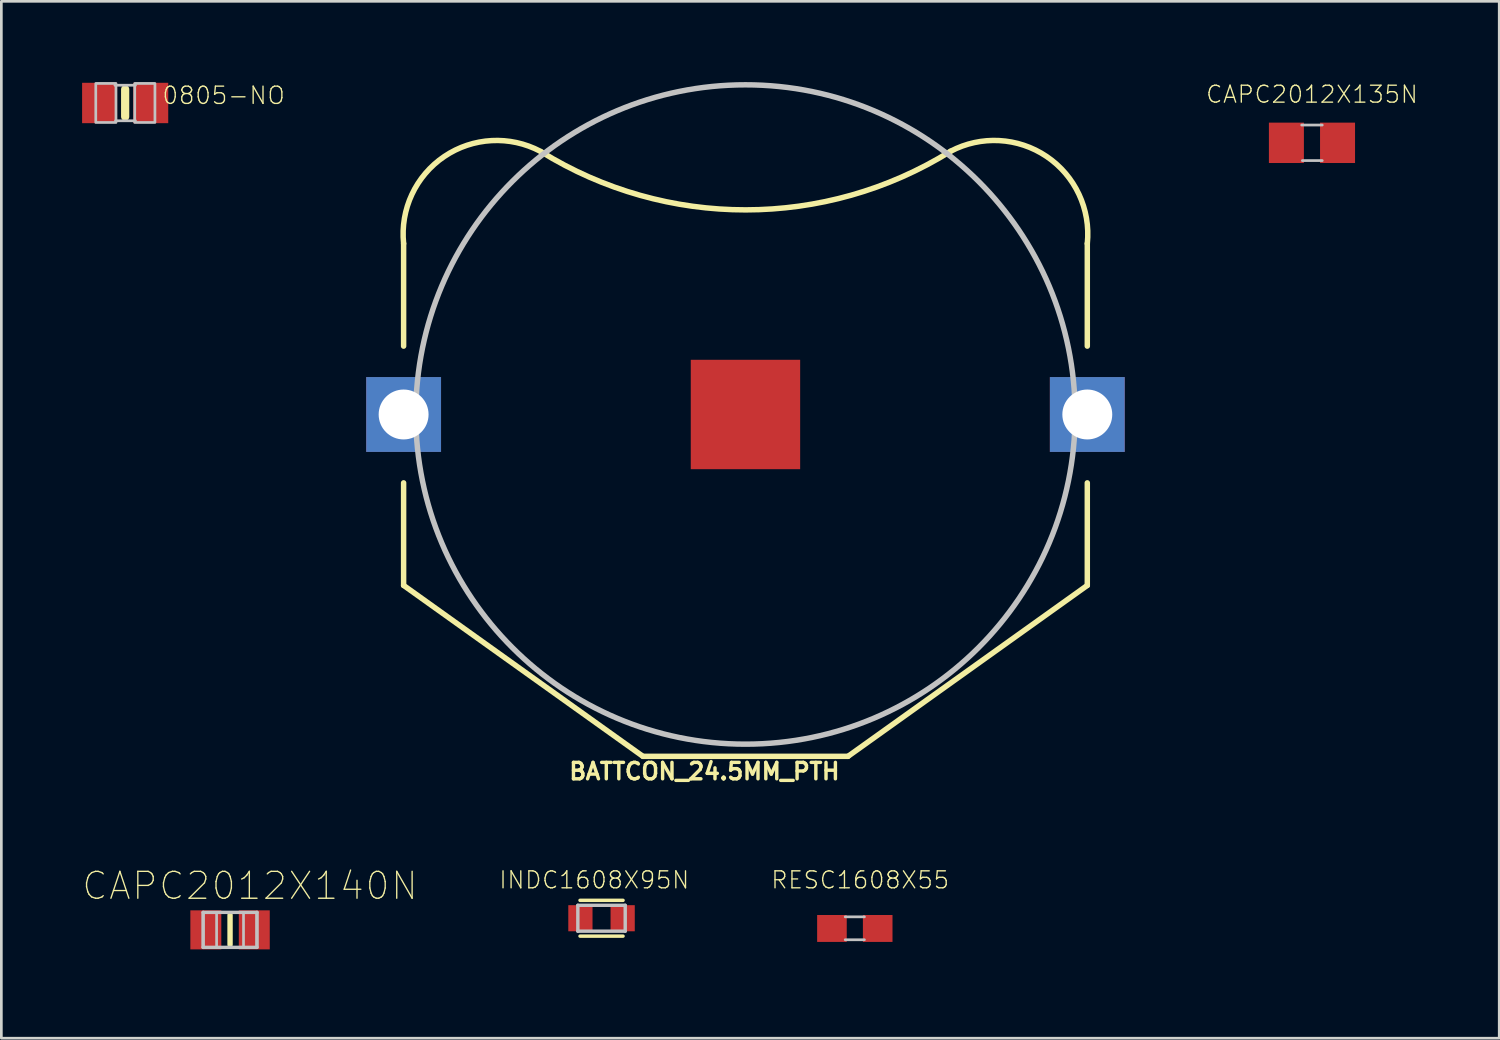
<source format=kicad_pcb>
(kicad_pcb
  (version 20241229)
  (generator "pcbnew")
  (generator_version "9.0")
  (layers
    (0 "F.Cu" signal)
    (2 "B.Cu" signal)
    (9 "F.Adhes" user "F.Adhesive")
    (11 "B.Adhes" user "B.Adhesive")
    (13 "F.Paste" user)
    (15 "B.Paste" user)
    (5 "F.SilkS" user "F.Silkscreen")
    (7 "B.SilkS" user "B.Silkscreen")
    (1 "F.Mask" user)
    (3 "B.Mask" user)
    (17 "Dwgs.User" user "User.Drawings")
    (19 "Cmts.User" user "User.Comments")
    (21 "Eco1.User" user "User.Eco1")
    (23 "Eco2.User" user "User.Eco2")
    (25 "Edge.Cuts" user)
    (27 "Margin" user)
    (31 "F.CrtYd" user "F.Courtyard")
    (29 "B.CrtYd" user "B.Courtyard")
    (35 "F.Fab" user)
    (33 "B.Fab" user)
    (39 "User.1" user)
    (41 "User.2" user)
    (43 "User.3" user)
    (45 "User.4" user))
  (footprint "RESC1608X55"
    (layer "F.Cu")
    (at 28.708 31.444)
    (property "Reference" "RESC1608X55" (at 0.2 -1.8 0) (layer "F.SilkS") (effects (font (size 0.63 0.63) (thickness 0.05))))
    (attr smd)
    (fp_line (start -0.356 -0.432) (end 0.356 -0.432) (stroke (width 0.102) (type solid)) (layer "Dwgs.User"))
    (fp_line (start -0.356 0.419) (end 0.356 0.419) (stroke (width 0.102) (type solid)) (layer "Dwgs.User"))
    (fp_line (start -1.573 -0.683) (end 1.573 -0.683) (stroke (width 0.051) (type solid)) (layer "Eco1.User"))
    (fp_line (start -1.573 0.683) (end -1.573 -0.683) (stroke (width 0.051) (type solid)) (layer "Eco1.User"))
    (fp_line (start 1.573 -0.683) (end 1.573 0.683) (stroke (width 0.051) (type solid)) (layer "Eco1.User"))
    (fp_line (start 1.573 0.683) (end -1.573 0.683) (stroke (width 0.051) (type solid)) (layer "Eco1.User"))
    (pad "1" smd rect (at -0.85 0) (size 1.1 1) (layers "F.Cu" "F.Mask" "F.Paste"))
    (pad "2" smd rect (at 0.85 0) (size 1.1 1) (layers "F.Cu" "F.Mask" "F.Paste")))
  (footprint "CAPC2012X140N"
    (layer "F.Cu")
    (at 5.497 31.496)
    (property "Reference" "CAPC2012X140N" (at 0.74 -1.635 0) (layer "F.SilkS") (effects (font (size 1 1) (thickness 0.05))))
    (attr smd)
    (fp_line (start 0 -0.55) (end 0 0.55) (stroke (width 0.2) (type solid)) (layer "F.SilkS"))
    (fp_line (start -1 -0.65) (end 1 -0.65) (stroke (width 0.127) (type solid)) (layer "Dwgs.User"))
    (fp_line (start -1 0.65) (end -1 -0.65) (stroke (width 0.127) (type solid)) (layer "Dwgs.User"))
    (fp_line (start 1 -0.65) (end 1 0.65) (stroke (width 0.127) (type solid)) (layer "Dwgs.User"))
    (fp_line (start 1 0.65) (end -1 0.65) (stroke (width 0.127) (type solid)) (layer "Dwgs.User"))
    (fp_poly (pts (xy -1 -0.65) (xy -0.5 -0.65) (xy -0.5 0.65) (xy -1 0.65)) (stroke (width 0.1) (type solid)) (fill no) (layer "Dwgs.User"))
    (fp_poly (pts (xy 0.5 -0.65) (xy 1 -0.65) (xy 1 0.65) (xy 0.5 0.65)) (stroke (width 0.1) (type solid)) (fill no) (layer "Dwgs.User"))
    (fp_line (start -1.75 -1) (end 1.75 -1) (stroke (width 0.05) (type solid)) (layer "Eco1.User"))
    (fp_line (start -1.75 1) (end -1.75 -1) (stroke (width 0.05) (type solid)) (layer "Eco1.User"))
    (fp_line (start 1.75 -1) (end 1.75 1) (stroke (width 0.05) (type solid)) (layer "Eco1.User"))
    (fp_line (start 1.75 1) (end -1.75 1) (stroke (width 0.05) (type solid)) (layer "Eco1.User"))
    (pad "1" smd rect (at -0.9 0) (size 1.15 1.45) (layers "F.Cu" "F.Mask" "F.Paste"))
    (pad "2" smd rect (at 0.9 0) (size 1.15 1.45) (layers "F.Cu" "F.Mask" "F.Paste")))
  (footprint "0805-NO"
    (layer "F.Cu")
    (at 1.6 0.776)
    (property "Reference" "0805-NO" (at 3.658 -0.279 0) (layer "F.SilkS") (effects (font (size 0.64 0.64) (thickness 0.05))))
    (attr smd)
    (fp_line (start 0 -0.508) (end 0 0.508) (stroke (width 0.305) (type solid)) (layer "F.SilkS"))
    (fp_line (start -0.381 -0.66) (end 0.381 -0.66) (stroke (width 0.102) (type solid)) (layer "Dwgs.User"))
    (fp_line (start -0.356 0.66) (end 0.381 0.66) (stroke (width 0.102) (type solid)) (layer "Dwgs.User"))
    (fp_poly (pts (xy -1.092 -0.726) (xy -0.342 -0.726) (xy -0.342 0.724) (xy -1.092 0.724)) (stroke (width 0.1) (type solid)) (fill no) (layer "Dwgs.User"))
    (fp_poly (pts (xy 0.356 -0.726) (xy 1.106 -0.726) (xy 1.106 0.724) (xy 0.356 0.724)) (stroke (width 0.1) (type solid)) (fill no) (layer "Dwgs.User"))
    (pad "1" smd rect (at -0.95 0) (size 1.3 1.5) (layers "F.Cu" "F.Mask" "F.Paste"))
    (pad "2" smd rect (at 0.95 0) (size 1.3 1.5) (layers "F.Cu" "F.Mask" "F.Paste")))
  (footprint "INDC1608X95N"
    (layer "F.Cu")
    (at 19.298 31.064)
    (property "Reference" "INDC1608X95N" (at -0.27 -1.42 0) (layer "F.SilkS") (effects (font (size 0.63 0.63) (thickness 0.05))))
    (attr smd)
    (fp_line (start -0.8 -0.665) (end 0.8 -0.665) (stroke (width 0.127) (type solid)) (layer "F.SilkS"))
    (fp_line (start -0.8 0.665) (end 0.8 0.665) (stroke (width 0.127) (type solid)) (layer "F.SilkS"))
    (fp_line (start -0.88 -0.48) (end 0.88 -0.48) (stroke (width 0.127) (type solid)) (layer "Dwgs.User"))
    (fp_line (start -0.88 0.48) (end -0.88 -0.48) (stroke (width 0.127) (type solid)) (layer "Dwgs.User"))
    (fp_line (start 0.88 -0.48) (end 0.88 0.48) (stroke (width 0.127) (type solid)) (layer "Dwgs.User"))
    (fp_line (start 0.88 0.48) (end -0.88 0.48) (stroke (width 0.127) (type solid)) (layer "Dwgs.User"))
    (fp_line (start -1.49 -0.74) (end 1.49 -0.74) (stroke (width 0.05) (type solid)) (layer "Eco1.User"))
    (fp_line (start -1.49 0.74) (end -1.49 -0.74) (stroke (width 0.05) (type solid)) (layer "Eco1.User"))
    (fp_line (start 1.49 -0.74) (end 1.49 0.74) (stroke (width 0.05) (type solid)) (layer "Eco1.User"))
    (fp_line (start 1.49 0.74) (end -1.49 0.74) (stroke (width 0.05) (type solid)) (layer "Eco1.User"))
    (pad "1" smd rect (at -0.785 0) (size 0.9 0.97) (layers "F.Cu" "F.Mask" "F.Paste"))
    (pad "2" smd rect (at 0.785 0) (size 0.9 0.97) (layers "F.Cu" "F.Mask" "F.Paste")))
  (footprint "CAPC2012X135N"
    (layer "F.Cu")
    (at 45.692 2.256)
    (property "Reference" "CAPC2012X135N" (at 0 -1.8 0) (layer "F.SilkS") (effects (font (size 0.63 0.63) (thickness 0.05))))
    (attr smd)
    (fp_line (start -0.381 -0.66) (end 0.381 -0.66) (stroke (width 0.102) (type solid)) (layer "Dwgs.User"))
    (fp_line (start -0.356 0.66) (end 0.381 0.66) (stroke (width 0.102) (type solid)) (layer "Dwgs.User"))
    (fp_line (start -1.873 -0.983) (end 1.873 -0.983) (stroke (width 0.051) (type solid)) (layer "Eco1.User"))
    (fp_line (start -1.873 0.983) (end -1.873 -0.983) (stroke (width 0.051) (type solid)) (layer "Eco1.User"))
    (fp_line (start 1.873 -0.983) (end 1.873 0.983) (stroke (width 0.051) (type solid)) (layer "Eco1.User"))
    (fp_line (start 1.873 0.983) (end -1.873 0.983) (stroke (width 0.051) (type solid)) (layer "Eco1.User"))
    (pad "1" smd rect (at -0.95 0) (size 1.3 1.5) (layers "F.Cu" "F.Mask" "F.Paste"))
    (pad "2" smd rect (at 0.95 0) (size 1.3 1.5) (layers "F.Cu" "F.Mask" "F.Paste")))
  (footprint "BATTCON_24.5MM_PTH"
    (layer "F.Cu")
    (at 24.645 12.349)
    (property "Reference" "BATTCON_24.5MM_PTH" (at -1.524 13.259 180) (layer "F.SilkS") (effects (font (size 0.61 0.61) (thickness 0.127))))
    (attr smd)
    (fp_line (start -12.7 -6.35) (end -12.7 -2.54) (stroke (width 0.203) (type solid)) (layer "F.SilkS"))
    (fp_line (start -12.7 6.35) (end -12.7 2.54) (stroke (width 0.203) (type solid)) (layer "F.SilkS"))
    (fp_line (start -3.81 12.7) (end -12.7 6.35) (stroke (width 0.203) (type solid)) (layer "F.SilkS"))
    (fp_line (start -3.81 12.7) (end 3.81 12.7) (stroke (width 0.203) (type solid)) (layer "F.SilkS"))
    (fp_line (start 3.81 12.7) (end 12.7 6.35) (stroke (width 0.203) (type solid)) (layer "F.SilkS"))
    (fp_line (start 12.7 -6.35) (end 12.7 -2.54) (stroke (width 0.203) (type solid)) (layer "F.SilkS"))
    (fp_line (start 12.7 6.35) (end 12.7 2.54) (stroke (width 0.203) (type solid)) (layer "F.SilkS"))
    (fp_arc (start -12.7 -6.35) (mid -11.187518 -9.585872) (end -7.620839 -9.778918) (stroke (width 0.2032) (type solid)) (layer "F.SilkS"))
    (fp_arc (start 7.62 -9.779) (mid 0.010843 -7.601697) (end -7.601579 -9.767556) (stroke (width 0.2032) (type solid)) (layer "F.SilkS"))
    (fp_arc (start 7.62 -9.779) (mid 11.187195 -9.586651) (end 12.700534 -6.350653) (stroke (width 0.2032) (type solid)) (layer "F.SilkS"))
    (fp_circle (center 0 0) (end 0 -12.248) (stroke (width 0.203) (type solid)) (fill no) (layer "Dwgs.User"))
    (pad "1" thru_hole rect (at -12.7 0) (size 2.781 2.781) (drill 1.854) (layers "*.Cu" "*.Mask"))
    (pad "2" smd rect (at 0 0) (size 4.064 4.064) (layers "F.Cu" "F.Mask" "F.Paste"))
    (pad "3" thru_hole rect (at 12.7 0) (size 2.781 2.781) (drill 1.854) (layers "*.Cu" "*.Mask")))
  (gr_rect
    (start -3 -3)
    (end 52.649 35.521)
    (stroke (width 0.1) (type default))
    (fill no)
    (layer "Edge.Cuts")))
</source>
